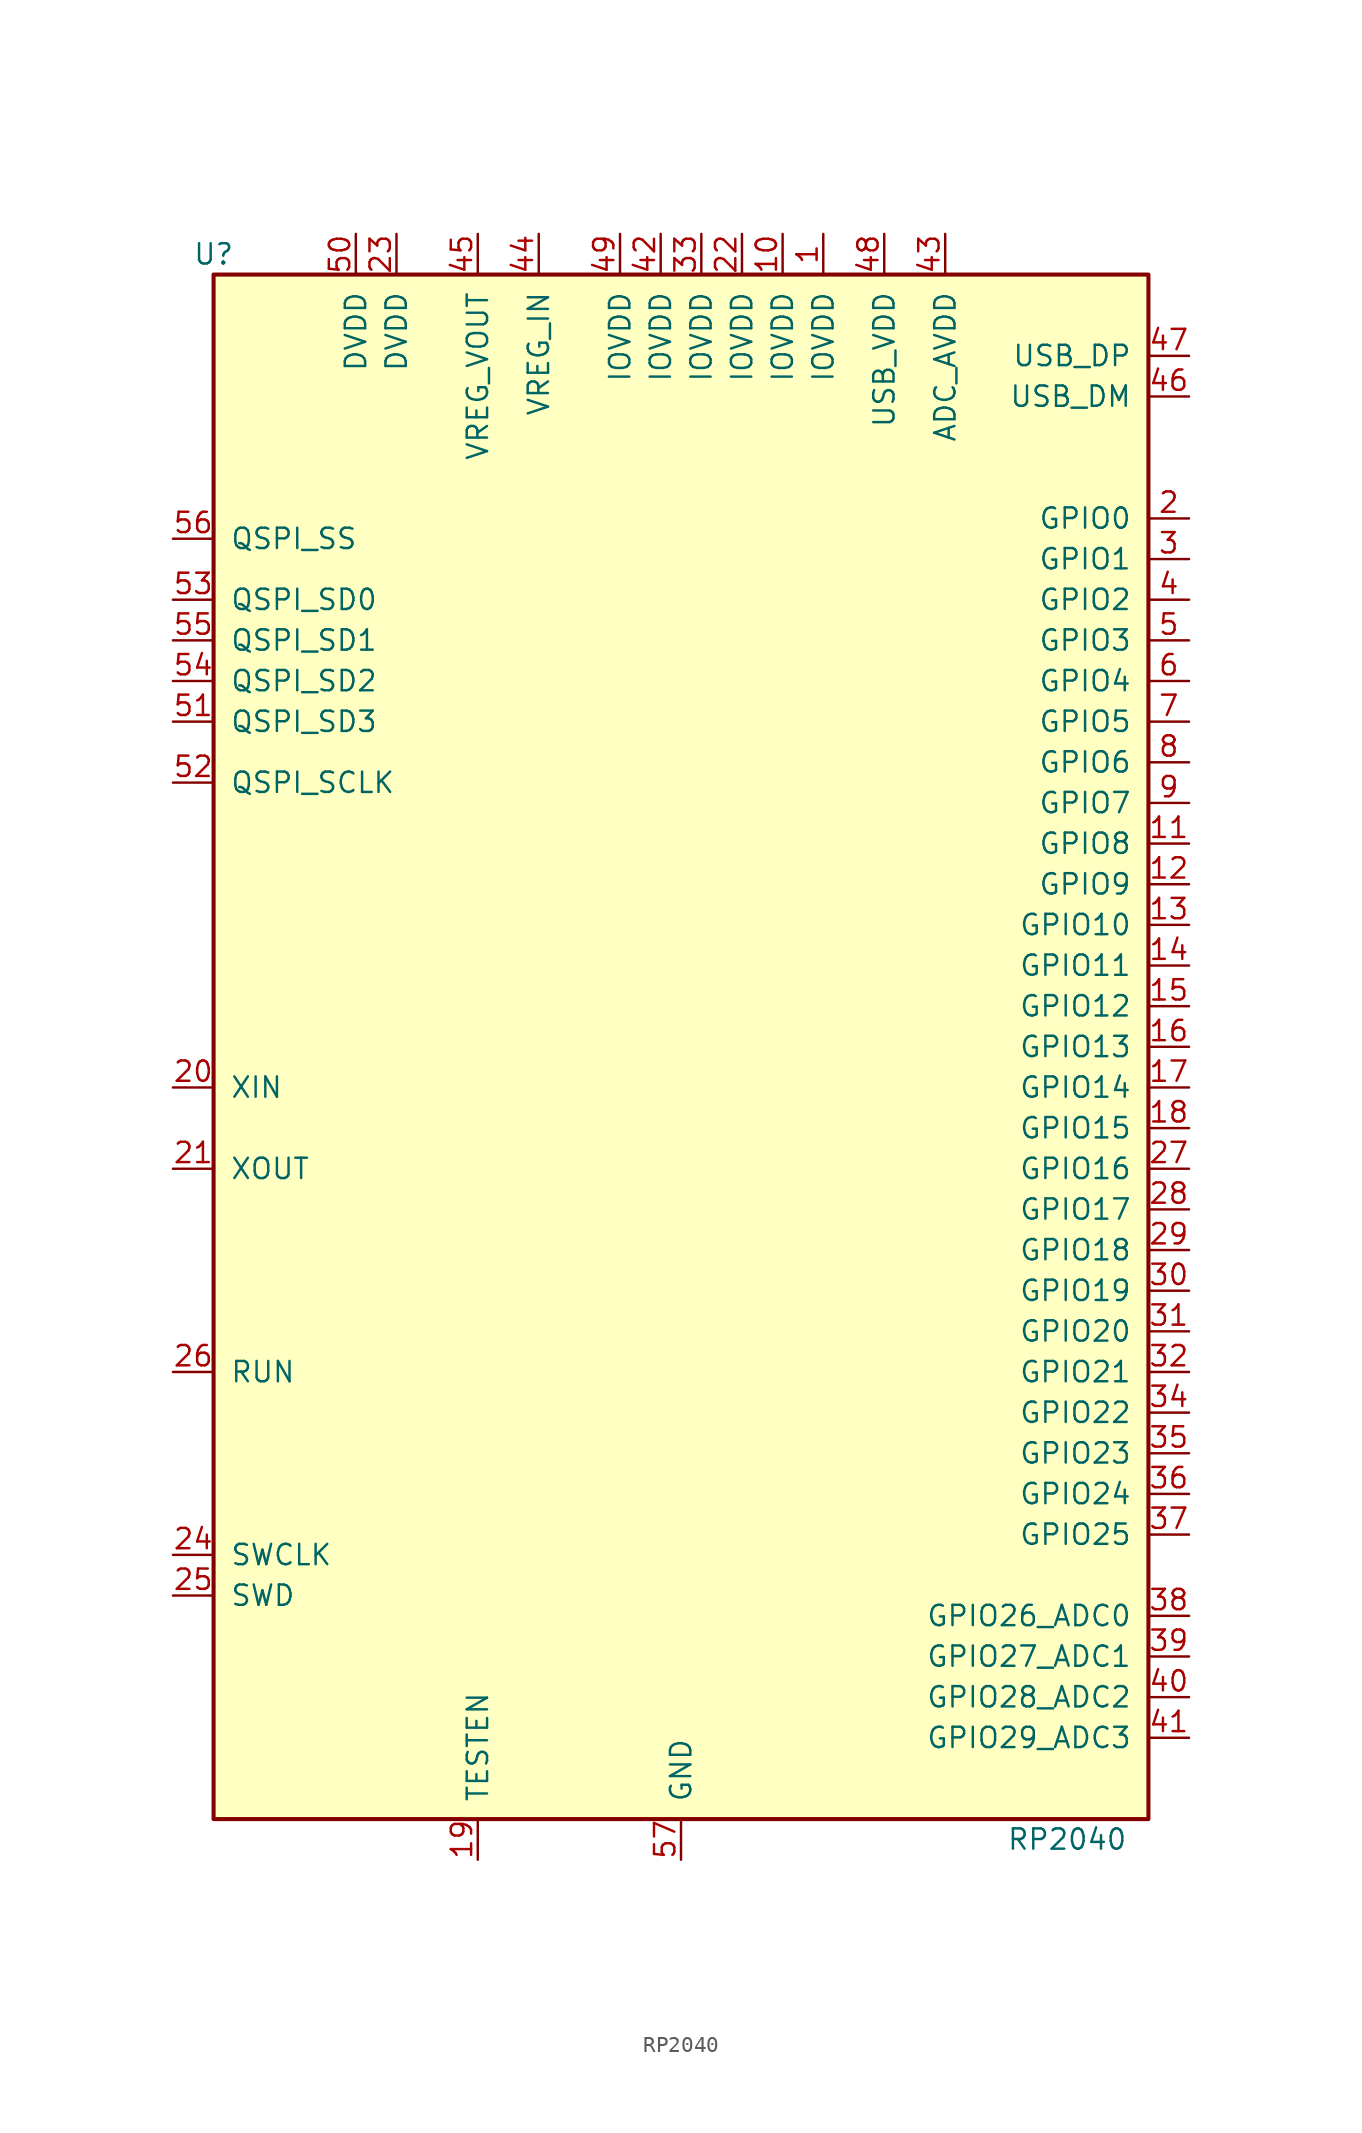
<source format=kicad_sym>
(kicad_symbol_lib
  (version 20211014)
  (generator kicad_symbol_editor)
  (symbol "RP2040"
    (pin_names
      (offset 1.016))
    (property "Reference" "U"
      (at -29.21 49.53 0)
      (effects (font (size 1.27 1.27))))
    (property "Value" "RP2040"
      (at 24.13 -49.53 0)
      (effects (font (size 1.27 1.27))))
    (symbol "RP2040_0_1"
      (rectangle (start 29.21 48.26) (end -29.21 -48.26) (stroke (width 0.254) (type default) (color 0 0 0 0)) (fill (type background))))
    (symbol "RP2040_1_1"
      (pin power_in line (at 8.89 50.8 270) (length 2.54) (name "IOVDD" (effects (font (size 1.27 1.27)))) (number "1" (effects (font (size 1.27 1.27)))))
      (pin power_in line (at 6.35 50.8 270) (length 2.54) (name "IOVDD" (effects (font (size 1.27 1.27)))) (number "10" (effects (font (size 1.27 1.27)))))
      (pin bidirectional line (at 31.75 12.7 180) (length 2.54) (name "GPIO8" (effects (font (size 1.27 1.27)))) (number "11" (effects (font (size 1.27 1.27)))))
      (pin bidirectional line (at 31.75 10.16 180) (length 2.54) (name "GPIO9" (effects (font (size 1.27 1.27)))) (number "12" (effects (font (size 1.27 1.27)))))
      (pin bidirectional line (at 31.75 7.62 180) (length 2.54) (name "GPIO10" (effects (font (size 1.27 1.27)))) (number "13" (effects (font (size 1.27 1.27)))))
      (pin bidirectional line (at 31.75 5.08 180) (length 2.54) (name "GPIO11" (effects (font (size 1.27 1.27)))) (number "14" (effects (font (size 1.27 1.27)))))
      (pin bidirectional line (at 31.75 2.54 180) (length 2.54) (name "GPIO12" (effects (font (size 1.27 1.27)))) (number "15" (effects (font (size 1.27 1.27)))))
      (pin bidirectional line (at 31.75 0 180) (length 2.54) (name "GPIO13" (effects (font (size 1.27 1.27)))) (number "16" (effects (font (size 1.27 1.27)))))
      (pin bidirectional line (at 31.75 -2.54 180) (length 2.54) (name "GPIO14" (effects (font (size 1.27 1.27)))) (number "17" (effects (font (size 1.27 1.27)))))
      (pin bidirectional line (at 31.75 -5.08 180) (length 2.54) (name "GPIO15" (effects (font (size 1.27 1.27)))) (number "18" (effects (font (size 1.27 1.27)))))
      (pin passive line (at -12.7 -50.8 90) (length 2.54) (name "TESTEN" (effects (font (size 1.27 1.27)))) (number "19" (effects (font (size 1.27 1.27)))))
      (pin bidirectional line (at 31.75 33.02 180) (length 2.54) (name "GPIO0" (effects (font (size 1.27 1.27)))) (number "2" (effects (font (size 1.27 1.27)))))
      (pin input line (at -31.75 -2.54 0) (length 2.54) (name "XIN" (effects (font (size 1.27 1.27)))) (number "20" (effects (font (size 1.27 1.27)))))
      (pin passive line (at -31.75 -7.62 0) (length 2.54) (name "XOUT" (effects (font (size 1.27 1.27)))) (number "21" (effects (font (size 1.27 1.27)))))
      (pin power_in line (at 3.81 50.8 270) (length 2.54) (name "IOVDD" (effects (font (size 1.27 1.27)))) (number "22" (effects (font (size 1.27 1.27)))))
      (pin power_in line (at -17.78 50.8 270) (length 2.54) (name "DVDD" (effects (font (size 1.27 1.27)))) (number "23" (effects (font (size 1.27 1.27)))))
      (pin output line (at -31.75 -31.75 0) (length 2.54) (name "SWCLK" (effects (font (size 1.27 1.27)))) (number "24" (effects (font (size 1.27 1.27)))))
      (pin bidirectional line (at -31.75 -34.29 0) (length 2.54) (name "SWD" (effects (font (size 1.27 1.27)))) (number "25" (effects (font (size 1.27 1.27)))))
      (pin input line (at -31.75 -20.32 0) (length 2.54) (name "RUN" (effects (font (size 1.27 1.27)))) (number "26" (effects (font (size 1.27 1.27)))))
      (pin bidirectional line (at 31.75 -7.62 180) (length 2.54) (name "GPIO16" (effects (font (size 1.27 1.27)))) (number "27" (effects (font (size 1.27 1.27)))))
      (pin bidirectional line (at 31.75 -10.16 180) (length 2.54) (name "GPIO17" (effects (font (size 1.27 1.27)))) (number "28" (effects (font (size 1.27 1.27)))))
      (pin bidirectional line (at 31.75 -12.7 180) (length 2.54) (name "GPIO18" (effects (font (size 1.27 1.27)))) (number "29" (effects (font (size 1.27 1.27)))))
      (pin bidirectional line (at 31.75 30.48 180) (length 2.54) (name "GPIO1" (effects (font (size 1.27 1.27)))) (number "3" (effects (font (size 1.27 1.27)))))
      (pin bidirectional line (at 31.75 -15.24 180) (length 2.54) (name "GPIO19" (effects (font (size 1.27 1.27)))) (number "30" (effects (font (size 1.27 1.27)))))
      (pin bidirectional line (at 31.75 -17.78 180) (length 2.54) (name "GPIO20" (effects (font (size 1.27 1.27)))) (number "31" (effects (font (size 1.27 1.27)))))
      (pin bidirectional line (at 31.75 -20.32 180) (length 2.54) (name "GPIO21" (effects (font (size 1.27 1.27)))) (number "32" (effects (font (size 1.27 1.27)))))
      (pin power_in line (at 1.27 50.8 270) (length 2.54) (name "IOVDD" (effects (font (size 1.27 1.27)))) (number "33" (effects (font (size 1.27 1.27)))))
      (pin bidirectional line (at 31.75 -22.86 180) (length 2.54) (name "GPIO22" (effects (font (size 1.27 1.27)))) (number "34" (effects (font (size 1.27 1.27)))))
      (pin bidirectional line (at 31.75 -25.4 180) (length 2.54) (name "GPIO23" (effects (font (size 1.27 1.27)))) (number "35" (effects (font (size 1.27 1.27)))))
      (pin bidirectional line (at 31.75 -27.94 180) (length 2.54) (name "GPIO24" (effects (font (size 1.27 1.27)))) (number "36" (effects (font (size 1.27 1.27)))))
      (pin bidirectional line (at 31.75 -30.48 180) (length 2.54) (name "GPIO25" (effects (font (size 1.27 1.27)))) (number "37" (effects (font (size 1.27 1.27)))))
      (pin bidirectional line (at 31.75 -35.56 180) (length 2.54) (name "GPIO26_ADC0" (effects (font (size 1.27 1.27)))) (number "38" (effects (font (size 1.27 1.27)))))
      (pin bidirectional line (at 31.75 -38.1 180) (length 2.54) (name "GPIO27_ADC1" (effects (font (size 1.27 1.27)))) (number "39" (effects (font (size 1.27 1.27)))))
      (pin bidirectional line (at 31.75 27.94 180) (length 2.54) (name "GPIO2" (effects (font (size 1.27 1.27)))) (number "4" (effects (font (size 1.27 1.27)))))
      (pin bidirectional line (at 31.75 -40.64 180) (length 2.54) (name "GPIO28_ADC2" (effects (font (size 1.27 1.27)))) (number "40" (effects (font (size 1.27 1.27)))))
      (pin bidirectional line (at 31.75 -43.18 180) (length 2.54) (name "GPIO29_ADC3" (effects (font (size 1.27 1.27)))) (number "41" (effects (font (size 1.27 1.27)))))
      (pin power_in line (at -1.27 50.8 270) (length 2.54) (name "IOVDD" (effects (font (size 1.27 1.27)))) (number "42" (effects (font (size 1.27 1.27)))))
      (pin power_in line (at 16.51 50.8 270) (length 2.54) (name "ADC_AVDD" (effects (font (size 1.27 1.27)))) (number "43" (effects (font (size 1.27 1.27)))))
      (pin power_in line (at -8.89 50.8 270) (length 2.54) (name "VREG_IN" (effects (font (size 1.27 1.27)))) (number "44" (effects (font (size 1.27 1.27)))))
      (pin power_out line (at -12.7 50.8 270) (length 2.54) (name "VREG_VOUT" (effects (font (size 1.27 1.27)))) (number "45" (effects (font (size 1.27 1.27)))))
      (pin bidirectional line (at 31.75 40.64 180) (length 2.54) (name "USB_DM" (effects (font (size 1.27 1.27)))) (number "46" (effects (font (size 1.27 1.27)))))
      (pin bidirectional line (at 31.75 43.18 180) (length 2.54) (name "USB_DP" (effects (font (size 1.27 1.27)))) (number "47" (effects (font (size 1.27 1.27)))))
      (pin power_in line (at 12.7 50.8 270) (length 2.54) (name "USB_VDD" (effects (font (size 1.27 1.27)))) (number "48" (effects (font (size 1.27 1.27)))))
      (pin power_in line (at -3.81 50.8 270) (length 2.54) (name "IOVDD" (effects (font (size 1.27 1.27)))) (number "49" (effects (font (size 1.27 1.27)))))
      (pin bidirectional line (at 31.75 25.4 180) (length 2.54) (name "GPIO3" (effects (font (size 1.27 1.27)))) (number "5" (effects (font (size 1.27 1.27)))))
      (pin power_in line (at -20.32 50.8 270) (length 2.54) (name "DVDD" (effects (font (size 1.27 1.27)))) (number "50" (effects (font (size 1.27 1.27)))))
      (pin bidirectional line (at -31.75 20.32 0) (length 2.54) (name "QSPI_SD3" (effects (font (size 1.27 1.27)))) (number "51" (effects (font (size 1.27 1.27)))))
      (pin output line (at -31.75 16.51 0) (length 2.54) (name "QSPI_SCLK" (effects (font (size 1.27 1.27)))) (number "52" (effects (font (size 1.27 1.27)))))
      (pin bidirectional line (at -31.75 27.94 0) (length 2.54) (name "QSPI_SD0" (effects (font (size 1.27 1.27)))) (number "53" (effects (font (size 1.27 1.27)))))
      (pin bidirectional line (at -31.75 22.86 0) (length 2.54) (name "QSPI_SD2" (effects (font (size 1.27 1.27)))) (number "54" (effects (font (size 1.27 1.27)))))
      (pin bidirectional line (at -31.75 25.4 0) (length 2.54) (name "QSPI_SD1" (effects (font (size 1.27 1.27)))) (number "55" (effects (font (size 1.27 1.27)))))
      (pin bidirectional line (at -31.75 31.75 0) (length 2.54) (name "QSPI_SS" (effects (font (size 1.27 1.27)))) (number "56" (effects (font (size 1.27 1.27)))))
      (pin power_in line (at 0 -50.8 90) (length 2.54) (name "GND" (effects (font (size 1.27 1.27)))) (number "57" (effects (font (size 1.27 1.27)))))
      (pin bidirectional line (at 31.75 22.86 180) (length 2.54) (name "GPIO4" (effects (font (size 1.27 1.27)))) (number "6" (effects (font (size 1.27 1.27)))))
      (pin bidirectional line (at 31.75 20.32 180) (length 2.54) (name "GPIO5" (effects (font (size 1.27 1.27)))) (number "7" (effects (font (size 1.27 1.27)))))
      (pin bidirectional line (at 31.75 17.78 180) (length 2.54) (name "GPIO6" (effects (font (size 1.27 1.27)))) (number "8" (effects (font (size 1.27 1.27)))))
      (pin bidirectional line (at 31.75 15.24 180) (length 2.54) (name "GPIO7" (effects (font (size 1.27 1.27)))) (number "9" (effects (font (size 1.27 1.27))))))))
</source>
